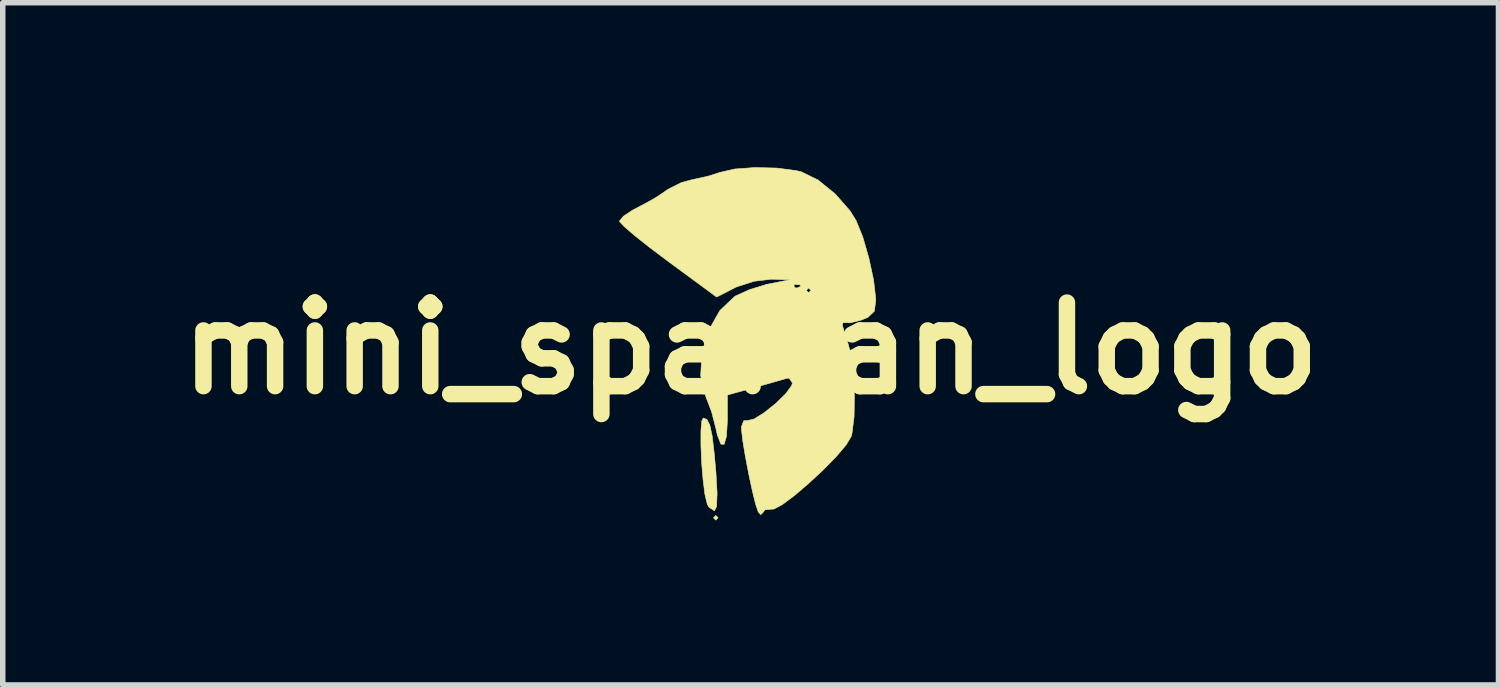
<source format=kicad_pcb>
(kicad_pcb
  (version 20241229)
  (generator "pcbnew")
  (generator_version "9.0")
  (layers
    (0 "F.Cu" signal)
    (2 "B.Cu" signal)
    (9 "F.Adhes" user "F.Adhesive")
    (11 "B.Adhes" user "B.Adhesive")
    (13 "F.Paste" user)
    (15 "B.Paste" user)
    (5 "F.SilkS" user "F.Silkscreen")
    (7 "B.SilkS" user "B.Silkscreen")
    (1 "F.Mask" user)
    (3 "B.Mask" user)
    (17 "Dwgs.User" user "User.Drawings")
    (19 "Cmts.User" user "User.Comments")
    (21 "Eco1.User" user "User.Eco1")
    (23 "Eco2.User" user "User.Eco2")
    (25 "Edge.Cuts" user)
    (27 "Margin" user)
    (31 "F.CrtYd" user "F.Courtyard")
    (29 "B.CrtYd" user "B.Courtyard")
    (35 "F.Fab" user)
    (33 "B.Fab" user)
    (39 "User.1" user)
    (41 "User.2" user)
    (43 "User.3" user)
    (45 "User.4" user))
  (footprint "mini_spartan_logo"
    (layer "F.Cu")
    (at 10.639 3.303)
    (property "Reference" "mini_spartan_logo" (at 0 0 0) (layer "F.SilkS") (effects (font (size 1.524 1.524) (thickness 0.3))))
    (attr through_hole)
    (fp_poly (pts (xy -0.593 3.09) (xy -0.635 3.133) (xy -0.677 3.09) (xy -0.635 3.048) (xy -0.593 3.09)) (stroke (width 0.01) (type solid)) (fill yes) (layer "F.SilkS"))
    (fp_poly (pts (xy -0.796 1.298) (xy -0.744 1.399) (xy -0.701 1.598) (xy -0.663 1.921) (xy -0.632 2.265) (xy -0.611 2.643) (xy -0.62 2.88) (xy -0.659 2.963) (xy -0.659 2.963) (xy -0.761 2.896) (xy -0.79 2.842) (xy -0.833 2.665) (xy -0.867 2.398) (xy -0.893 2.086) (xy -0.906 1.773) (xy -0.906 1.504) (xy -0.89 1.323) (xy -0.864 1.27) (xy -0.796 1.298)) (stroke (width 0.01) (type solid)) (fill yes) (layer "F.SilkS"))
    (fp_poly (pts (xy 0.48 -3.288) (xy 0.834 -3.241) (xy 0.926 -3.219) (xy 1.23 -3.07) (xy 1.545 -2.815) (xy 1.815 -2.506) (xy 1.924 -2.33) (xy 2.045 -2.034) (xy 2.157 -1.646) (xy 2.243 -1.244) (xy 2.282 -0.906) (xy 2.283 -0.876) (xy 2.257 -0.677) (xy 2.138 -0.565) (xy 2.022 -0.517) (xy 1.821 -0.466) (xy 1.691 -0.468) (xy 1.687 -0.47) (xy 1.671 -0.43) (xy 1.715 -0.278) (xy 1.748 -0.194) (xy 1.821 0.077) (xy 1.87 0.45) (xy 1.893 0.862) (xy 1.887 1.25) (xy 1.849 1.552) (xy 1.834 1.609) (xy 1.742 1.762) (xy 1.561 1.975) (xy 1.322 2.219) (xy 1.057 2.465) (xy 0.798 2.686) (xy 0.576 2.851) (xy 0.422 2.932) (xy 0.383 2.933) (xy 0.261 2.945) (xy 0.233 2.985) (xy 0.184 3.035) (xy 0.139 2.982) (xy 0.094 2.852) (xy 0.033 2.606) (xy -0.034 2.293) (xy -0.097 1.964) (xy -0.145 1.671) (xy -0.168 1.464) (xy -0.169 1.435) (xy -0.125 1.319) (xy -0.06 1.317) (xy 0.062 1.289) (xy 0.25 1.172) (xy 0.458 1.005) (xy 0.64 0.828) (xy 0.749 0.678) (xy 0.762 0.631) (xy 0.704 0.545) (xy 0.656 0.547) (xy 0.521 0.587) (xy 0.282 0.655) (xy 0.064 0.716) (xy -0.423 0.851) (xy -0.423 1.315) (xy -0.44 1.604) (xy -0.483 1.751) (xy -0.542 1.746) (xy -0.606 1.584) (xy -0.633 1.46) (xy -0.711 1.159) (xy -0.82 0.871) (xy -0.822 0.865) (xy -0.911 0.501) (xy -0.887 0.086) (xy -0.765 -0.329) (xy -0.561 -0.69) (xy -0.292 -0.945) (xy -0.275 -0.956) (xy -0.047 -1.058) (xy 1.016 -1.058) (xy 1.058 -1.016) (xy 1.101 -1.058) (xy 1.058 -1.101) (xy 1.016 -1.058) (xy -0.047 -1.058) (xy -0.02 -1.071) (xy 0.261 -1.157) (xy 0.79 -1.157) (xy 0.802 -1.107) (xy 0.847 -1.101) (xy 0.916 -1.132) (xy 0.903 -1.157) (xy 0.803 -1.167) (xy 0.79 -1.157) (xy 0.261 -1.157) (xy 0.286 -1.165) (xy 0.352 -1.179) (xy 0.72 -1.251) (xy 0.378 -1.261) (xy 0.065 -1.224) (xy -0.253 -1.122) (xy -0.292 -1.103) (xy -0.619 -0.936) (xy -1.509 -1.59) (xy -1.84 -1.839) (xy -2.115 -2.057) (xy -2.307 -2.222) (xy -2.391 -2.313) (xy -2.393 -2.32) (xy -2.321 -2.409) (xy -2.155 -2.519) (xy -2.146 -2.524) (xy -1.903 -2.652) (xy -1.751 -2.737) (xy -1.633 -2.813) (xy -1.509 -2.9) (xy -1.264 -3.023) (xy -1.052 -3.08) (xy -0.778 -3.139) (xy -0.566 -3.207) (xy -0.29 -3.271) (xy 0.082 -3.298) (xy 0.48 -3.288)) (stroke (width 0.01) (type solid)) (fill yes) (layer "F.SilkS")))
  (gr_rect
    (start -3 -3)
    (end 24.278 9.441)
    (stroke (width 0.1) (type default))
    (fill no)
    (layer "Edge.Cuts")))
</source>
